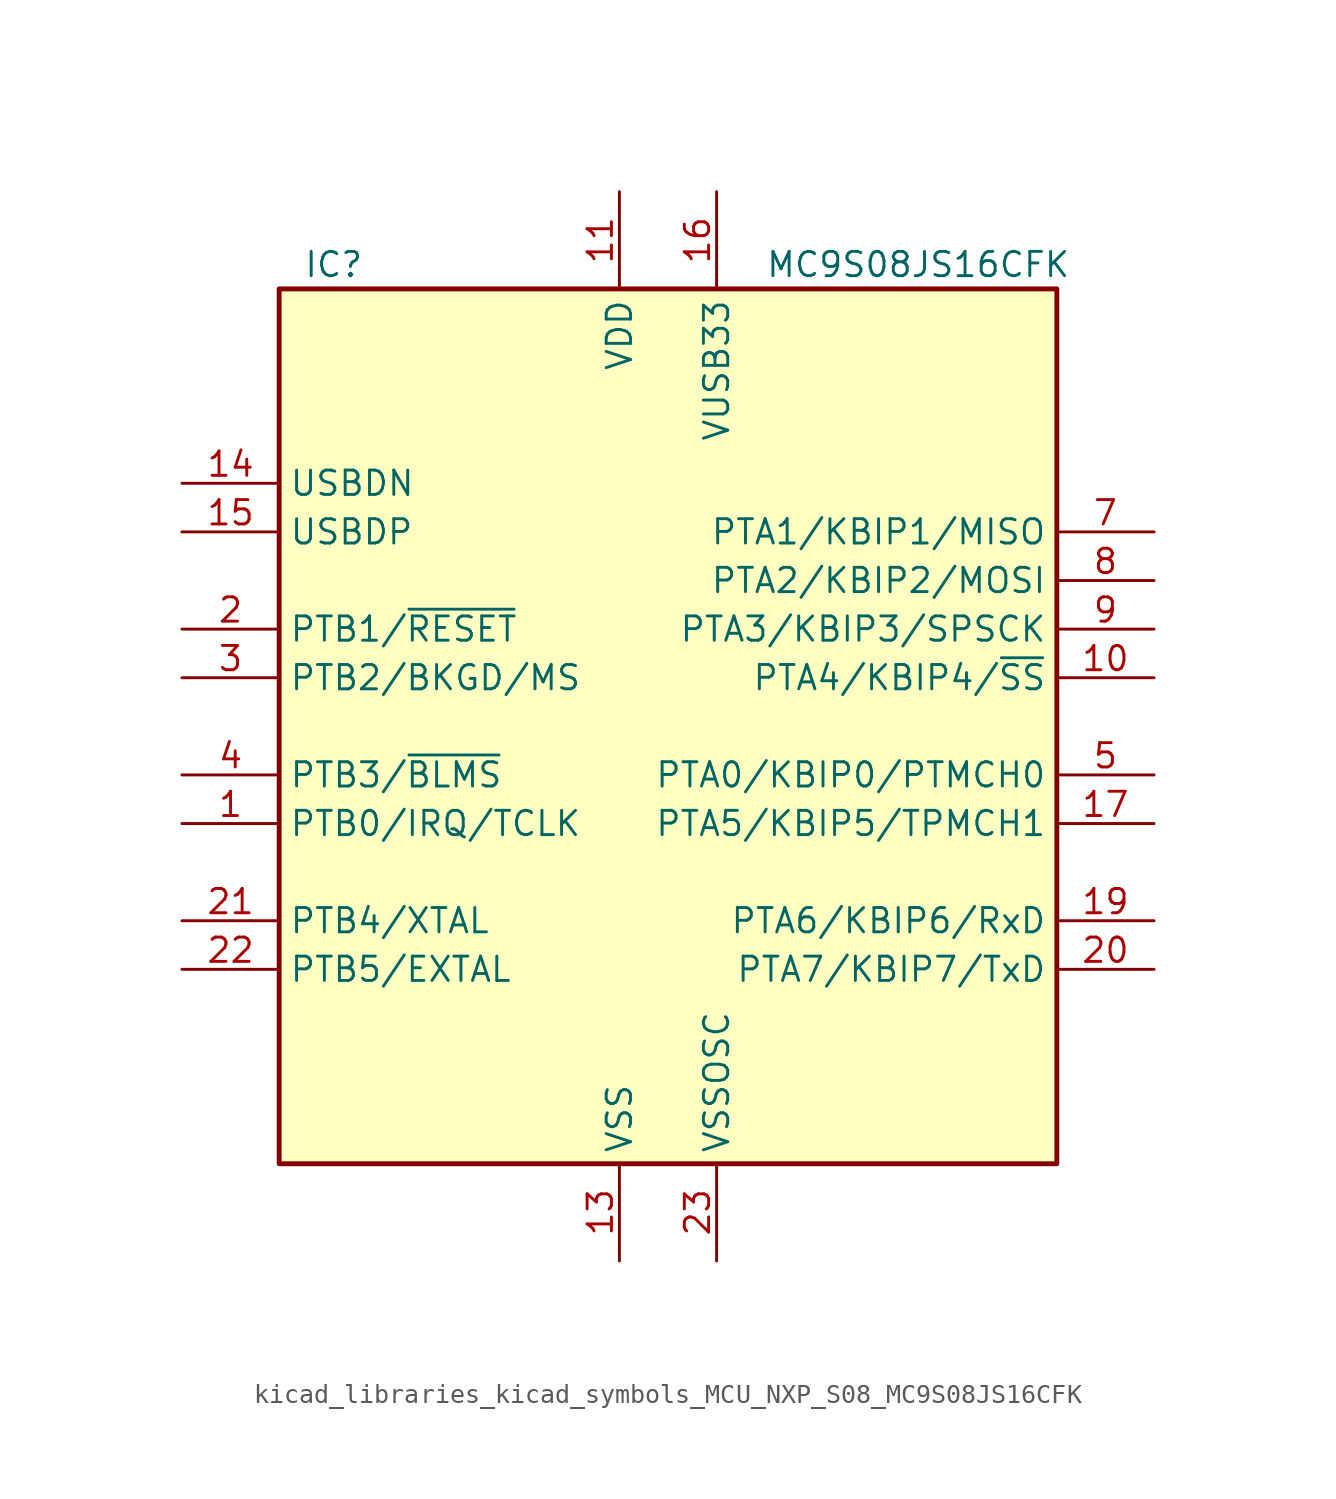
<source format=kicad_sym>
(kicad_symbol_lib
  (version 20220914)
  (generator kicad_symbol_editor)
  (symbol "kicad_libraries_kicad_symbols_MCU_NXP_S08_MC9S08JS16CFK"
    (property "Reference" "IC"
      (at -19.05 24.13 0)
      (effects (font (size 1.27 1.27)) (justify left)))
    (property "Value" "MC9S08JS16CFK"
      (at 5.08 24.13 0)
      (effects (font (size 1.27 1.27)) (justify left)))
    (symbol "kicad_libraries_kicad_symbols_MCU_NXP_S08_MC9S08JS16CFK_0_1"
      (rectangle (start -20.32 22.86) (end 20.32 -22.86) (stroke (width 0.254) (type default)) (fill (type background))))
    (symbol "kicad_libraries_kicad_symbols_MCU_NXP_S08_MC9S08JS16CFK_1_1"
      (pin bidirectional line (at -25.4 -5.08 0) (length 5.08) (name "PTB0/IRQ/TCLK" (effects (font (size 1.27 1.27)))) (number "1" (effects (font (size 1.27 1.27)))))
      (pin bidirectional line (at 25.4 2.54 180) (length 5.08) (name "PTA4/KBIP4/~{SS}" (effects (font (size 1.27 1.27)))) (number "10" (effects (font (size 1.27 1.27)))))
      (pin power_in line (at -2.54 27.94 270) (length 5.08) (name "VDD" (effects (font (size 1.27 1.27)))) (number "11" (effects (font (size 1.27 1.27)))))
      (pin power_in line (at -2.54 -27.94 90) (length 5.08) (name "VSS" (effects (font (size 1.27 1.27)))) (number "13" (effects (font (size 1.27 1.27)))))
      (pin bidirectional line (at -25.4 12.7 0) (length 5.08) (name "USBDN" (effects (font (size 1.27 1.27)))) (number "14" (effects (font (size 1.27 1.27)))))
      (pin bidirectional line (at -25.4 10.16 0) (length 5.08) (name "USBDP" (effects (font (size 1.27 1.27)))) (number "15" (effects (font (size 1.27 1.27)))))
      (pin power_out line (at 2.54 27.94 270) (length 5.08) (name "VUSB33" (effects (font (size 1.27 1.27)))) (number "16" (effects (font (size 1.27 1.27)))))
      (pin bidirectional line (at 25.4 -5.08 180) (length 5.08) (name "PTA5/KBIP5/TPMCH1" (effects (font (size 1.27 1.27)))) (number "17" (effects (font (size 1.27 1.27)))))
      (pin bidirectional line (at 25.4 -10.16 180) (length 5.08) (name "PTA6/KBIP6/RxD" (effects (font (size 1.27 1.27)))) (number "19" (effects (font (size 1.27 1.27)))))
      (pin bidirectional line (at -25.4 5.08 0) (length 5.08) (name "PTB1/~{RESET}" (effects (font (size 1.27 1.27)))) (number "2" (effects (font (size 1.27 1.27)))))
      (pin bidirectional line (at 25.4 -12.7 180) (length 5.08) (name "PTA7/KBIP7/TxD" (effects (font (size 1.27 1.27)))) (number "20" (effects (font (size 1.27 1.27)))))
      (pin bidirectional line (at -25.4 -10.16 0) (length 5.08) (name "PTB4/XTAL" (effects (font (size 1.27 1.27)))) (number "21" (effects (font (size 1.27 1.27)))))
      (pin bidirectional line (at -25.4 -12.7 0) (length 5.08) (name "PTB5/EXTAL" (effects (font (size 1.27 1.27)))) (number "22" (effects (font (size 1.27 1.27)))))
      (pin power_in line (at 2.54 -27.94 90) (length 5.08) (name "VSSOSC" (effects (font (size 1.27 1.27)))) (number "23" (effects (font (size 1.27 1.27)))))
      (pin bidirectional line (at -25.4 2.54 0) (length 5.08) (name "PTB2/BKGD/MS" (effects (font (size 1.27 1.27)))) (number "3" (effects (font (size 1.27 1.27)))))
      (pin bidirectional line (at -25.4 -2.54 0) (length 5.08) (name "PTB3/~{BLMS}" (effects (font (size 1.27 1.27)))) (number "4" (effects (font (size 1.27 1.27)))))
      (pin bidirectional line (at 25.4 -2.54 180) (length 5.08) (name "PTA0/KBIP0/PTMCH0" (effects (font (size 1.27 1.27)))) (number "5" (effects (font (size 1.27 1.27)))))
      (pin bidirectional line (at 25.4 10.16 180) (length 5.08) (name "PTA1/KBIP1/MISO" (effects (font (size 1.27 1.27)))) (number "7" (effects (font (size 1.27 1.27)))))
      (pin bidirectional line (at 25.4 7.62 180) (length 5.08) (name "PTA2/KBIP2/MOSI" (effects (font (size 1.27 1.27)))) (number "8" (effects (font (size 1.27 1.27)))))
      (pin bidirectional line (at 25.4 5.08 180) (length 5.08) (name "PTA3/KBIP3/SPSCK" (effects (font (size 1.27 1.27)))) (number "9" (effects (font (size 1.27 1.27))))))))
</source>
